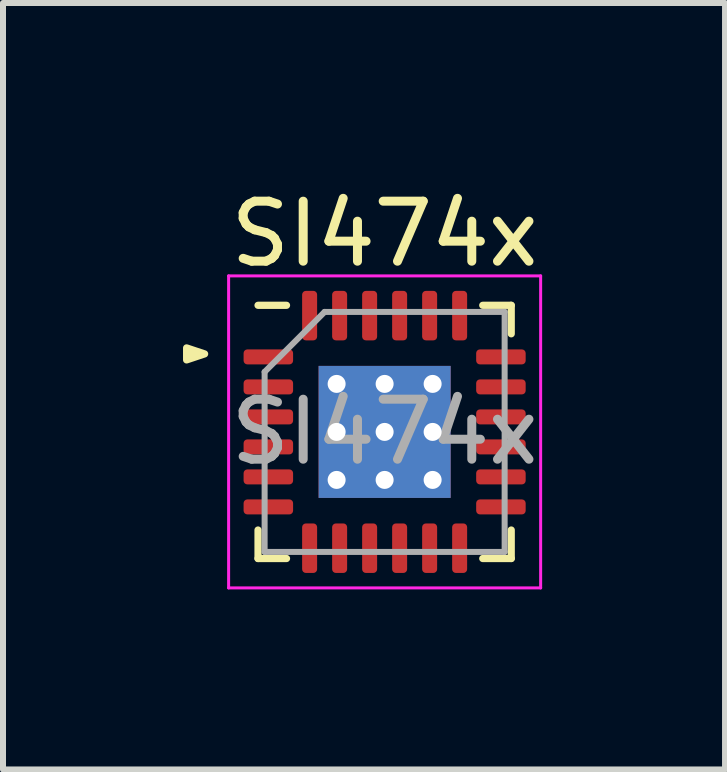
<source format=kicad_pcb>
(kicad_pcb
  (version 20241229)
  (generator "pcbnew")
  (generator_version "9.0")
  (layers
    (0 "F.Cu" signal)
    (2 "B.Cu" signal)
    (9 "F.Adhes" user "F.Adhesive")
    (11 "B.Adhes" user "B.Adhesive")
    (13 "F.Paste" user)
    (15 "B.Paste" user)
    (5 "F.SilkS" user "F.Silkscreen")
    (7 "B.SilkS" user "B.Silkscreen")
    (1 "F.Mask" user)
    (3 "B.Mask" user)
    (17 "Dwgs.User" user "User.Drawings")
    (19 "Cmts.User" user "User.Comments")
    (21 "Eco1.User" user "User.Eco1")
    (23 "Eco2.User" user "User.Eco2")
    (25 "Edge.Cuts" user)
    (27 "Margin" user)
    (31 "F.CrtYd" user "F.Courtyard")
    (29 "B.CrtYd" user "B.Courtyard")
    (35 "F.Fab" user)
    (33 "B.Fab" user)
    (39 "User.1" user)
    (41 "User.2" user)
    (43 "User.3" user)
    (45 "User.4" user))
  (footprint "SI474x"
    (layer "F.Cu")
    (at 3.36 4.148)
    (property "Reference" "SI474x" (at 0 -3.3 0) (layer "F.SilkS") (effects (font (size 1 1) (thickness 0.15))))
    (attr smd)
    (fp_line (start -2.11 2.11) (end -2.11 1.635) (stroke (width 0.12) (type solid)) (layer "F.SilkS"))
    (fp_line (start -1.635 -2.11) (end -2.11 -2.11) (stroke (width 0.12) (type solid)) (layer "F.SilkS"))
    (fp_line (start -1.635 2.11) (end -2.11 2.11) (stroke (width 0.12) (type solid)) (layer "F.SilkS"))
    (fp_line (start 1.635 -2.11) (end 2.11 -2.11) (stroke (width 0.12) (type solid)) (layer "F.SilkS"))
    (fp_line (start 1.635 2.11) (end 2.11 2.11) (stroke (width 0.12) (type solid)) (layer "F.SilkS"))
    (fp_line (start 2.11 -2.11) (end 2.11 -1.635) (stroke (width 0.12) (type solid)) (layer "F.SilkS"))
    (fp_line (start 2.11 2.11) (end 2.11 1.635) (stroke (width 0.12) (type solid)) (layer "F.SilkS"))
    (fp_poly (pts (xy -3 -1.3) (xy -3.3 -1.2) (xy -3.3 -1.4)) (stroke (width 0.12) (type solid)) (fill yes) (layer "F.SilkS"))
    (fp_line (start -2.6 -2.6) (end -2.6 2.6) (stroke (width 0.05) (type solid)) (layer "F.CrtYd"))
    (fp_line (start -2.6 2.6) (end 2.6 2.6) (stroke (width 0.05) (type solid)) (layer "F.CrtYd"))
    (fp_line (start 2.6 -2.6) (end -2.6 -2.6) (stroke (width 0.05) (type solid)) (layer "F.CrtYd"))
    (fp_line (start 2.6 2.6) (end 2.6 -2.6) (stroke (width 0.05) (type solid)) (layer "F.CrtYd"))
    (fp_line (start -2 -1) (end -1 -2) (stroke (width 0.1) (type solid)) (layer "F.Fab"))
    (fp_line (start -2 2) (end -2 -1) (stroke (width 0.1) (type solid)) (layer "F.Fab"))
    (fp_line (start -1 -2) (end 2 -2) (stroke (width 0.1) (type solid)) (layer "F.Fab"))
    (fp_line (start 2 -2) (end 2 2) (stroke (width 0.1) (type solid)) (layer "F.Fab"))
    (fp_line (start 2 2) (end -2 2) (stroke (width 0.1) (type solid)) (layer "F.Fab"))
    (fp_text user "${REFERENCE}" (at 0 0 0) (layer "F.Fab") (effects (font (size 1 1) (thickness 0.15))))
    (pad "" smd roundrect (at -0.5 -0.5) (size 1 1) (layers "F.Paste") (roundrect_rratio 0.221))
    (pad "" smd roundrect (at -0.5 0.5) (size 1 1) (layers "F.Paste") (roundrect_rratio 0.221))
    (pad "" smd roundrect (at 0.5 -0.5) (size 1 1) (layers "F.Paste") (roundrect_rratio 0.221))
    (pad "" smd roundrect (at 0.5 0.5) (size 1 1) (layers "F.Paste") (roundrect_rratio 0.221))
    (pad "1" smd roundrect (at -1.938 -1.25) (size 0.825 0.25) (layers "F.Cu" "F.Mask" "F.Paste") (roundrect_rratio 0.25))
    (pad "2" smd roundrect (at -1.938 -0.75) (size 0.825 0.25) (layers "F.Cu" "F.Mask" "F.Paste") (roundrect_rratio 0.25))
    (pad "3" smd roundrect (at -1.938 -0.25) (size 0.825 0.25) (layers "F.Cu" "F.Mask" "F.Paste") (roundrect_rratio 0.25))
    (pad "4" smd roundrect (at -1.938 0.25) (size 0.825 0.25) (layers "F.Cu" "F.Mask" "F.Paste") (roundrect_rratio 0.25))
    (pad "5" smd roundrect (at -1.938 0.75) (size 0.825 0.25) (layers "F.Cu" "F.Mask" "F.Paste") (roundrect_rratio 0.25))
    (pad "6" smd roundrect (at -1.938 1.25) (size 0.825 0.25) (layers "F.Cu" "F.Mask" "F.Paste") (roundrect_rratio 0.25))
    (pad "7" smd roundrect (at -1.25 1.938) (size 0.25 0.825) (layers "F.Cu" "F.Mask" "F.Paste") (roundrect_rratio 0.25))
    (pad "8" smd roundrect (at -0.75 1.938) (size 0.25 0.825) (layers "F.Cu" "F.Mask" "F.Paste") (roundrect_rratio 0.25))
    (pad "9" smd roundrect (at -0.25 1.938) (size 0.25 0.825) (layers "F.Cu" "F.Mask" "F.Paste") (roundrect_rratio 0.25))
    (pad "10" smd roundrect (at 0.25 1.938) (size 0.25 0.825) (layers "F.Cu" "F.Mask" "F.Paste") (roundrect_rratio 0.25))
    (pad "11" smd roundrect (at 0.75 1.938) (size 0.25 0.825) (layers "F.Cu" "F.Mask" "F.Paste") (roundrect_rratio 0.25))
    (pad "12" smd roundrect (at 1.25 1.938) (size 0.25 0.825) (layers "F.Cu" "F.Mask" "F.Paste") (roundrect_rratio 0.25))
    (pad "13" smd roundrect (at 1.938 1.25) (size 0.825 0.25) (layers "F.Cu" "F.Mask" "F.Paste") (roundrect_rratio 0.25))
    (pad "14" smd roundrect (at 1.938 0.75) (size 0.825 0.25) (layers "F.Cu" "F.Mask" "F.Paste") (roundrect_rratio 0.25))
    (pad "15" smd roundrect (at 1.938 0.25) (size 0.825 0.25) (layers "F.Cu" "F.Mask" "F.Paste") (roundrect_rratio 0.25))
    (pad "16" smd roundrect (at 1.938 -0.25) (size 0.825 0.25) (layers "F.Cu" "F.Mask" "F.Paste") (roundrect_rratio 0.25))
    (pad "17" smd roundrect (at 1.938 -0.75) (size 0.825 0.25) (layers "F.Cu" "F.Mask" "F.Paste") (roundrect_rratio 0.25))
    (pad "18" smd roundrect (at 1.938 -1.25) (size 0.825 0.25) (layers "F.Cu" "F.Mask" "F.Paste") (roundrect_rratio 0.25))
    (pad "19" smd roundrect (at 1.25 -1.938) (size 0.25 0.825) (layers "F.Cu" "F.Mask" "F.Paste") (roundrect_rratio 0.25))
    (pad "20" smd roundrect (at 0.75 -1.938) (size 0.25 0.825) (layers "F.Cu" "F.Mask" "F.Paste") (roundrect_rratio 0.25))
    (pad "21" smd roundrect (at 0.25 -1.938) (size 0.25 0.825) (layers "F.Cu" "F.Mask" "F.Paste") (roundrect_rratio 0.25))
    (pad "22" smd roundrect (at -0.25 -1.938) (size 0.25 0.825) (layers "F.Cu" "F.Mask" "F.Paste") (roundrect_rratio 0.25))
    (pad "23" smd roundrect (at -0.75 -1.938) (size 0.25 0.825) (layers "F.Cu" "F.Mask" "F.Paste") (roundrect_rratio 0.25))
    (pad "24" smd roundrect (at -1.25 -1.938) (size 0.25 0.825) (layers "F.Cu" "F.Mask" "F.Paste") (roundrect_rratio 0.25))
    (pad "25" thru_hole circle (at -0.8 -0.8) (size 0.5 0.5) (drill 0.3) (layers "*.Cu"))
    (pad "25" thru_hole circle (at -0.8 0) (size 0.5 0.5) (drill 0.3) (layers "*.Cu"))
    (pad "25" thru_hole circle (at -0.8 0.8) (size 0.5 0.5) (drill 0.3) (layers "*.Cu"))
    (pad "25" thru_hole circle (at 0 -0.8) (size 0.5 0.5) (drill 0.3) (layers "*.Cu"))
    (pad "25" thru_hole circle (at 0 0) (size 0.5 0.5) (drill 0.3) (layers "*.Cu"))
    (pad "25" smd rect (at 0 0) (size 2.2 2.2) (layers "F.Cu" "F.Mask"))
    (pad "25" smd rect (at 0 0) (size 2.2 2.2) (layers "B.Cu"))
    (pad "25" thru_hole circle (at 0 0.8) (size 0.5 0.5) (drill 0.3) (layers "*.Cu"))
    (pad "25" thru_hole circle (at 0.8 -0.8) (size 0.5 0.5) (drill 0.3) (layers "*.Cu"))
    (pad "25" thru_hole circle (at 0.8 0) (size 0.5 0.5) (drill 0.3) (layers "*.Cu"))
    (pad "25" thru_hole circle (at 0.8 0.8) (size 0.5 0.5) (drill 0.3) (layers "*.Cu")))
  (gr_rect
    (start -3 -3)
    (end 9.033 9.773)
    (stroke (width 0.1) (type default))
    (fill no)
    (layer "Edge.Cuts")))
</source>
